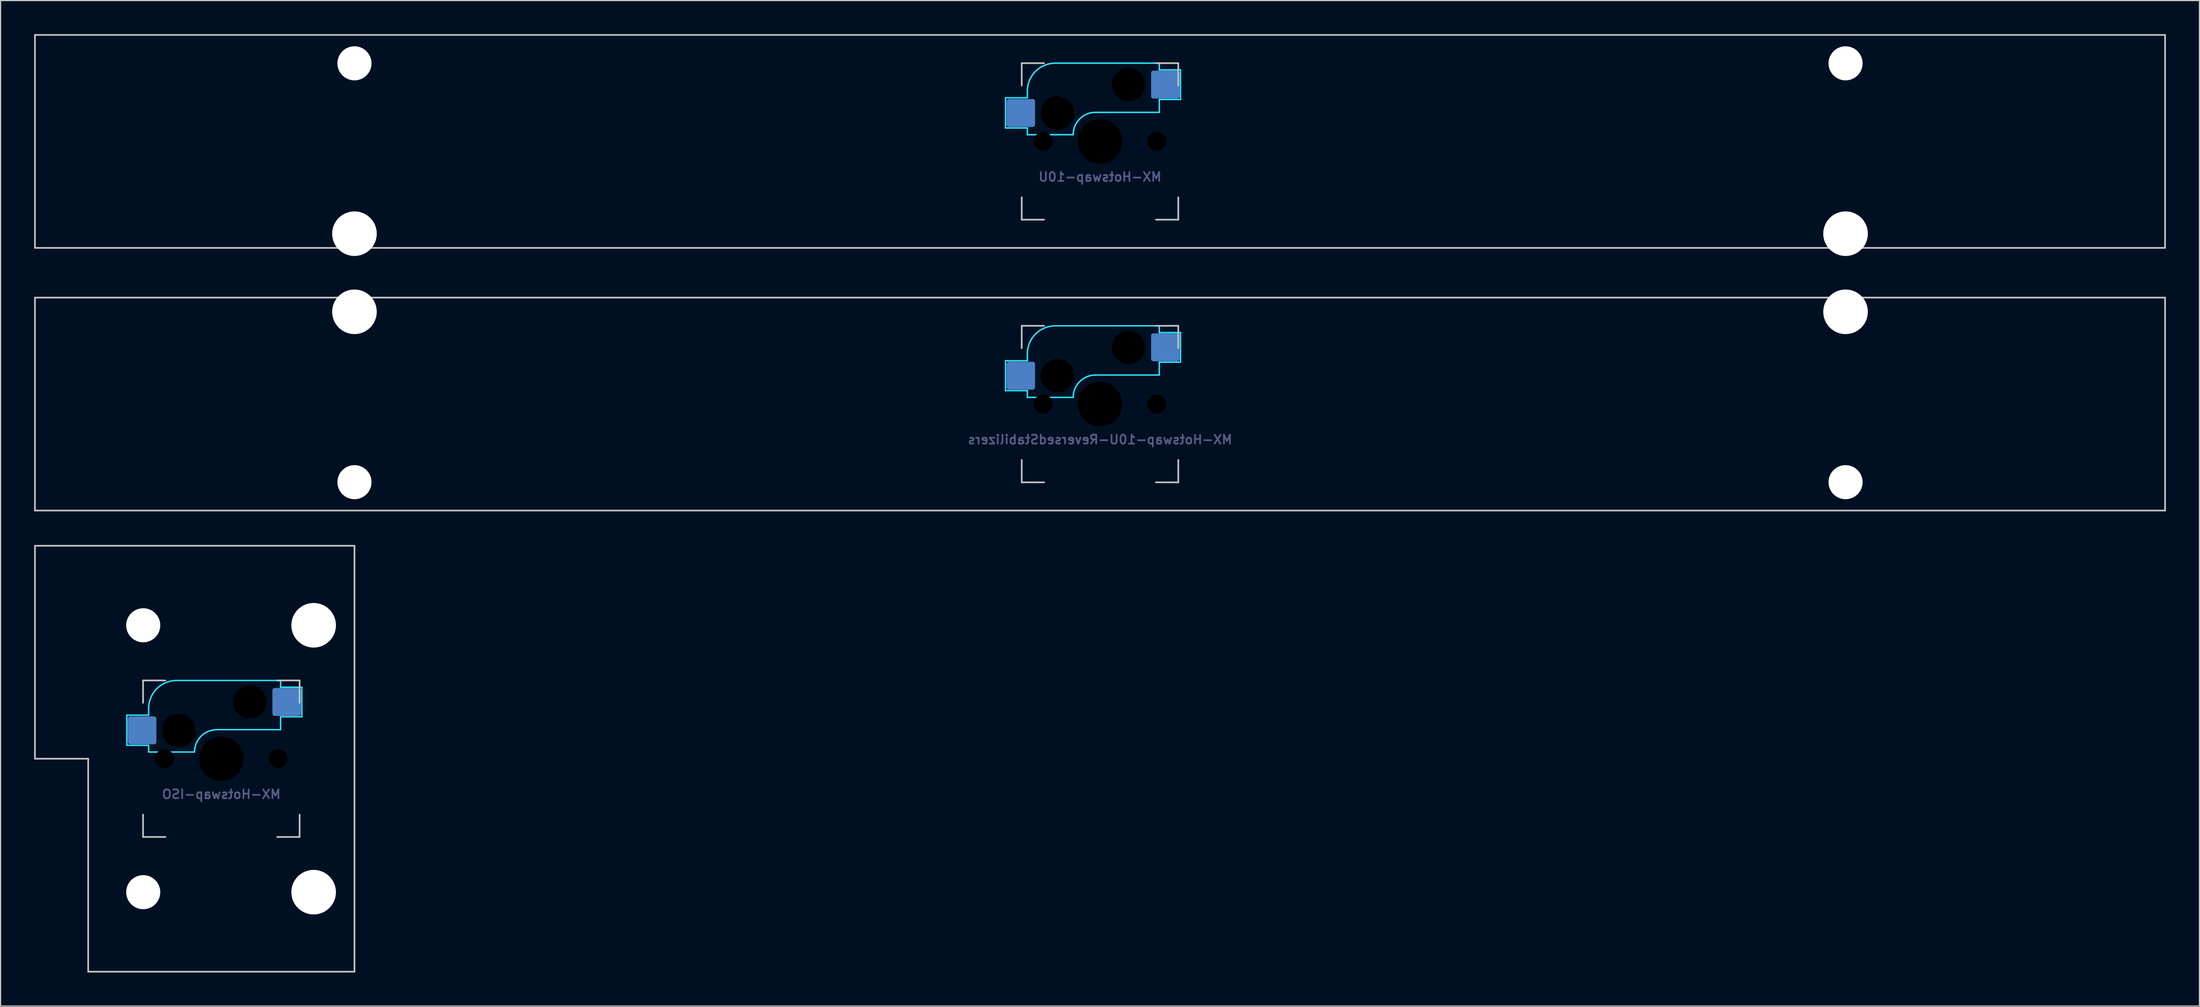
<source format=kicad_pcb>
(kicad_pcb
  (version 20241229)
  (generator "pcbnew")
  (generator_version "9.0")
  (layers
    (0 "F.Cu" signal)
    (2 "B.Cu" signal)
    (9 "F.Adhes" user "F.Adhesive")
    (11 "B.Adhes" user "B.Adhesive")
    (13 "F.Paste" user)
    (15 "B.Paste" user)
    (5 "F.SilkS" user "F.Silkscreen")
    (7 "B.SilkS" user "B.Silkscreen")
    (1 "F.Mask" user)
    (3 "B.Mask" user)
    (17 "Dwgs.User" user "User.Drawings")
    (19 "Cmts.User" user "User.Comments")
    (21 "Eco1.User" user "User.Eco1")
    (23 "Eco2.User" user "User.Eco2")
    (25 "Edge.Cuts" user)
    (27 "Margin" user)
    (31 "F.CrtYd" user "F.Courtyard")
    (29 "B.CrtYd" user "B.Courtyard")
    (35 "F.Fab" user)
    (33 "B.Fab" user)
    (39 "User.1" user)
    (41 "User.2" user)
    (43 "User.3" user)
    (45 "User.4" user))
  (footprint "MX-Hotswap-10U-ReversedStabilizers"
    (layer "F.Cu")
    (at 95.325 33.098)
    (property "Reference" "MX-Hotswap-10U-ReversedStabilizers" (at 0 3.175 0) (layer "B.Fab") (effects (font (size 0.8 0.8) (thickness 0.15)) (justify mirror)))
    (attr smd)
    (fp_line (start -95.25 9.525) (end -95.25 -9.525) (stroke (width 0.15) (type solid)) (layer "Dwgs.User"))
    (fp_line (start -7 -7) (end -7 -5) (stroke (width 0.15) (type solid)) (layer "Dwgs.User"))
    (fp_line (start -7 5) (end -7 7) (stroke (width 0.15) (type solid)) (layer "Dwgs.User"))
    (fp_line (start -7 7) (end -5 7) (stroke (width 0.15) (type solid)) (layer "Dwgs.User"))
    (fp_line (start -5 -7) (end -7 -7) (stroke (width 0.15) (type solid)) (layer "Dwgs.User"))
    (fp_line (start 5 -7) (end 7 -7) (stroke (width 0.15) (type solid)) (layer "Dwgs.User"))
    (fp_line (start 5 7) (end 7 7) (stroke (width 0.15) (type solid)) (layer "Dwgs.User"))
    (fp_line (start 7 -7) (end 7 -5) (stroke (width 0.15) (type solid)) (layer "Dwgs.User"))
    (fp_line (start 7 7) (end 7 5) (stroke (width 0.15) (type solid)) (layer "Dwgs.User"))
    (fp_line (start 95.25 -9.525) (end -95.25 -9.525) (stroke (width 0.15) (type solid)) (layer "Dwgs.User"))
    (fp_line (start 95.25 9.525) (end -95.25 9.525) (stroke (width 0.15) (type solid)) (layer "Dwgs.User"))
    (fp_line (start 95.25 9.525) (end 95.25 -9.525) (stroke (width 0.15) (type solid)) (layer "Dwgs.User"))
    (fp_line (start -8.45 -3.875) (end -8.45 -1.2) (stroke (width 0.127) (type solid)) (layer "B.CrtYd"))
    (fp_line (start -8.45 -1.2) (end -6.5 -1.2) (stroke (width 0.127) (type solid)) (layer "B.CrtYd"))
    (fp_line (start -6.5 -4.5) (end -6.5 -3.875) (stroke (width 0.127) (type solid)) (layer "B.CrtYd"))
    (fp_line (start -6.5 -3.875) (end -8.45 -3.875) (stroke (width 0.127) (type solid)) (layer "B.CrtYd"))
    (fp_line (start -6.5 -0.6) (end -6.5 -1.2) (stroke (width 0.127) (type solid)) (layer "B.CrtYd"))
    (fp_line (start -6.5 -0.6) (end -2.4 -0.6) (stroke (width 0.127) (type solid)) (layer "B.CrtYd"))
    (fp_line (start -0.4 -2.6) (end 5.3 -2.6) (stroke (width 0.127) (type solid)) (layer "B.CrtYd"))
    (fp_line (start 5.3 -7) (end -4 -7) (stroke (width 0.127) (type solid)) (layer "B.CrtYd"))
    (fp_line (start 5.3 -7) (end 5.3 -6.4) (stroke (width 0.127) (type solid)) (layer "B.CrtYd"))
    (fp_line (start 5.3 -6.4) (end 7.2 -6.4) (stroke (width 0.127) (type solid)) (layer "B.CrtYd"))
    (fp_line (start 5.3 -2.6) (end 5.3 -3.75) (stroke (width 0.127) (type solid)) (layer "B.CrtYd"))
    (fp_line (start 7.2 -6.4) (end 7.2 -3.75) (stroke (width 0.127) (type solid)) (layer "B.CrtYd"))
    (fp_line (start 7.2 -3.75) (end 5.3 -3.75) (stroke (width 0.127) (type solid)) (layer "B.CrtYd"))
    (fp_arc (start -6.5 -4.5) (mid -5.767767 -6.267767) (end -4 -7) (stroke (width 0.127) (type solid)) (layer "B.CrtYd"))
    (fp_arc (start -2.4 -0.6) (mid -1.814214 -2.014214) (end -0.4 -2.6) (stroke (width 0.127) (type solid)) (layer "B.CrtYd"))
    (pad "" np_thru_hole circle (at -66.675 -8.255) (size 3.988 3.988) (drill 3.988) (layers "*.Cu" "*.Mask"))
    (pad "" np_thru_hole circle (at -66.675 6.985) (size 3.048 3.048) (drill 3.048) (layers "*.Cu" "*.Mask"))
    (pad "" np_thru_hole circle (at -5.08 0 48.099) (size 1.702 1.702) (drill 1.702) (layers "*.Mask"))
    (pad "" np_thru_hole circle (at -3.81 -2.54) (size 3 3) (drill 3) (layers "*.Mask"))
    (pad "" np_thru_hole circle (at 0 0) (size 3.988 3.988) (drill 3.988) (layers "*.Mask"))
    (pad "" np_thru_hole circle (at 2.54 -5.08) (size 3 3) (drill 3) (layers "*.Mask"))
    (pad "" np_thru_hole circle (at 5.08 0 48.099) (size 1.702 1.702) (drill 1.702) (layers "*.Mask"))
    (pad "" np_thru_hole circle (at 66.675 -8.255) (size 3.988 3.988) (drill 3.988) (layers "*.Cu" "*.Mask"))
    (pad "" np_thru_hole circle (at 66.675 6.985) (size 3.048 3.048) (drill 3.048) (layers "*.Cu" "*.Mask"))
    (pad "1" smd roundrect (at -7.085 -2.54) (size 2.55 2.5) (layers "B.Cu" "B.Mask" "B.Paste") (roundrect_rratio 0.08))
    (pad "2" smd roundrect (at 5.842 -5.08) (size 2.55 2.5) (layers "B.Cu" "B.Mask" "B.Paste") (roundrect_rratio 0.08)))
  (footprint "MX-Hotswap-10U"
    (layer "F.Cu")
    (at 95.325 9.6)
    (property "Reference" "MX-Hotswap-10U" (at 0 3.175 0) (layer "B.Fab") (effects (font (size 0.8 0.8) (thickness 0.15)) (justify mirror)))
    (attr smd)
    (fp_line (start -95.25 9.525) (end -95.25 -9.525) (stroke (width 0.15) (type solid)) (layer "Dwgs.User"))
    (fp_line (start -7 -7) (end -7 -5) (stroke (width 0.15) (type solid)) (layer "Dwgs.User"))
    (fp_line (start -7 5) (end -7 7) (stroke (width 0.15) (type solid)) (layer "Dwgs.User"))
    (fp_line (start -7 7) (end -5 7) (stroke (width 0.15) (type solid)) (layer "Dwgs.User"))
    (fp_line (start -5 -7) (end -7 -7) (stroke (width 0.15) (type solid)) (layer "Dwgs.User"))
    (fp_line (start 5 -7) (end 7 -7) (stroke (width 0.15) (type solid)) (layer "Dwgs.User"))
    (fp_line (start 5 7) (end 7 7) (stroke (width 0.15) (type solid)) (layer "Dwgs.User"))
    (fp_line (start 7 -7) (end 7 -5) (stroke (width 0.15) (type solid)) (layer "Dwgs.User"))
    (fp_line (start 7 7) (end 7 5) (stroke (width 0.15) (type solid)) (layer "Dwgs.User"))
    (fp_line (start 95.25 -9.525) (end -95.25 -9.525) (stroke (width 0.15) (type solid)) (layer "Dwgs.User"))
    (fp_line (start 95.25 9.525) (end -95.25 9.525) (stroke (width 0.15) (type solid)) (layer "Dwgs.User"))
    (fp_line (start 95.25 9.525) (end 95.25 -9.525) (stroke (width 0.15) (type solid)) (layer "Dwgs.User"))
    (fp_line (start -8.45 -3.9) (end -8.45 -1.2) (stroke (width 0.127) (type solid)) (layer "B.CrtYd"))
    (fp_line (start -8.45 -1.2) (end -6.5 -1.2) (stroke (width 0.127) (type solid)) (layer "B.CrtYd"))
    (fp_line (start -6.5 -4.5) (end -6.5 -3.9) (stroke (width 0.127) (type solid)) (layer "B.CrtYd"))
    (fp_line (start -6.5 -3.9) (end -8.45 -3.9) (stroke (width 0.127) (type solid)) (layer "B.CrtYd"))
    (fp_line (start -6.5 -0.6) (end -6.5 -1.2) (stroke (width 0.127) (type solid)) (layer "B.CrtYd"))
    (fp_line (start -6.5 -0.6) (end -2.4 -0.6) (stroke (width 0.127) (type solid)) (layer "B.CrtYd"))
    (fp_line (start -0.4 -2.6) (end 5.3 -2.6) (stroke (width 0.127) (type solid)) (layer "B.CrtYd"))
    (fp_line (start 5.3 -7) (end -4 -7) (stroke (width 0.127) (type solid)) (layer "B.CrtYd"))
    (fp_line (start 5.3 -7) (end 5.3 -6.4) (stroke (width 0.127) (type solid)) (layer "B.CrtYd"))
    (fp_line (start 5.3 -6.4) (end 7.2 -6.4) (stroke (width 0.127) (type solid)) (layer "B.CrtYd"))
    (fp_line (start 5.3 -2.6) (end 5.3 -3.75) (stroke (width 0.127) (type solid)) (layer "B.CrtYd"))
    (fp_line (start 7.2 -6.4) (end 7.2 -3.75) (stroke (width 0.127) (type solid)) (layer "B.CrtYd"))
    (fp_line (start 7.2 -3.75) (end 5.3 -3.75) (stroke (width 0.127) (type solid)) (layer "B.CrtYd"))
    (fp_arc (start -6.5 -4.5) (mid -5.767767 -6.267767) (end -4 -7) (stroke (width 0.127) (type solid)) (layer "B.CrtYd"))
    (fp_arc (start -2.4 -0.6) (mid -1.814214 -2.014214) (end -0.4 -2.6) (stroke (width 0.127) (type solid)) (layer "B.CrtYd"))
    (pad "" np_thru_hole circle (at -66.675 -6.985) (size 3.048 3.048) (drill 3.048) (layers "*.Cu" "*.Mask"))
    (pad "" np_thru_hole circle (at -66.675 8.255) (size 3.988 3.988) (drill 3.988) (layers "*.Cu" "*.Mask"))
    (pad "" np_thru_hole circle (at -5.08 0 48.099) (size 1.702 1.702) (drill 1.702) (layers "*.Mask"))
    (pad "" np_thru_hole circle (at -3.81 -2.54) (size 3 3) (drill 3) (layers "*.Mask"))
    (pad "" np_thru_hole circle (at 0 0) (size 3.988 3.988) (drill 3.988) (layers "*.Mask"))
    (pad "" np_thru_hole circle (at 2.54 -5.08) (size 3 3) (drill 3) (layers "*.Mask"))
    (pad "" np_thru_hole circle (at 5.08 0 48.099) (size 1.702 1.702) (drill 1.702) (layers "*.Mask"))
    (pad "" np_thru_hole circle (at 66.675 -6.985) (size 3.048 3.048) (drill 3.048) (layers "*.Cu" "*.Mask"))
    (pad "" np_thru_hole circle (at 66.675 8.255) (size 3.988 3.988) (drill 3.988) (layers "*.Cu" "*.Mask"))
    (pad "1" smd roundrect (at -7.085 -2.54) (size 2.55 2.5) (layers "B.Cu" "B.Mask" "B.Paste") (roundrect_rratio 0.08))
    (pad "2" smd roundrect (at 5.842 -5.08) (size 2.55 2.5) (layers "B.Cu" "B.Mask" "B.Paste") (roundrect_rratio 0.08)))
  (footprint "MX-Hotswap-ISO"
    (layer "F.Cu")
    (at 16.744 64.823)
    (property "Reference" "MX-Hotswap-ISO" (at 0 3.175 0) (layer "B.Fab") (effects (font (size 0.8 0.8) (thickness 0.15)) (justify mirror)))
    (attr smd)
    (fp_line (start -16.669 -19.05) (end -16.669 0) (stroke (width 0.15) (type solid)) (layer "Dwgs.User"))
    (fp_line (start -16.669 -19.05) (end 11.906 -19.05) (stroke (width 0.15) (type solid)) (layer "Dwgs.User"))
    (fp_line (start -11.906 0) (end -16.669 0) (stroke (width 0.15) (type solid)) (layer "Dwgs.User"))
    (fp_line (start -11.906 19.05) (end -11.906 0) (stroke (width 0.15) (type solid)) (layer "Dwgs.User"))
    (fp_line (start -11.906 19.05) (end 11.906 19.05) (stroke (width 0.15) (type solid)) (layer "Dwgs.User"))
    (fp_line (start -7 -7) (end -7 -5) (stroke (width 0.15) (type solid)) (layer "Dwgs.User"))
    (fp_line (start -7 5) (end -7 7) (stroke (width 0.15) (type solid)) (layer "Dwgs.User"))
    (fp_line (start -7 7) (end -5 7) (stroke (width 0.15) (type solid)) (layer "Dwgs.User"))
    (fp_line (start -5 -7) (end -7 -7) (stroke (width 0.15) (type solid)) (layer "Dwgs.User"))
    (fp_line (start 5 -7) (end 7 -7) (stroke (width 0.15) (type solid)) (layer "Dwgs.User"))
    (fp_line (start 5 7) (end 7 7) (stroke (width 0.15) (type solid)) (layer "Dwgs.User"))
    (fp_line (start 7 -7) (end 7 -5) (stroke (width 0.15) (type solid)) (layer "Dwgs.User"))
    (fp_line (start 7 7) (end 7 5) (stroke (width 0.15) (type solid)) (layer "Dwgs.User"))
    (fp_line (start 11.906 -19.05) (end 11.906 19.05) (stroke (width 0.15) (type solid)) (layer "Dwgs.User"))
    (fp_line (start -8.45 -3.9) (end -8.45 -1.2) (stroke (width 0.127) (type solid)) (layer "B.CrtYd"))
    (fp_line (start -8.45 -1.2) (end -6.5 -1.2) (stroke (width 0.127) (type solid)) (layer "B.CrtYd"))
    (fp_line (start -6.5 -4.5) (end -6.5 -3.9) (stroke (width 0.127) (type solid)) (layer "B.CrtYd"))
    (fp_line (start -6.5 -3.9) (end -8.45 -3.9) (stroke (width 0.127) (type solid)) (layer "B.CrtYd"))
    (fp_line (start -6.5 -0.6) (end -6.5 -1.2) (stroke (width 0.127) (type solid)) (layer "B.CrtYd"))
    (fp_line (start -6.5 -0.6) (end -2.4 -0.6) (stroke (width 0.127) (type solid)) (layer "B.CrtYd"))
    (fp_line (start -0.4 -2.6) (end 5.3 -2.6) (stroke (width 0.127) (type solid)) (layer "B.CrtYd"))
    (fp_line (start 5.3 -7) (end -4 -7) (stroke (width 0.127) (type solid)) (layer "B.CrtYd"))
    (fp_line (start 5.3 -7) (end 5.3 -6.4) (stroke (width 0.127) (type solid)) (layer "B.CrtYd"))
    (fp_line (start 5.3 -6.4) (end 7.2 -6.4) (stroke (width 0.127) (type solid)) (layer "B.CrtYd"))
    (fp_line (start 5.3 -2.6) (end 5.3 -3.75) (stroke (width 0.127) (type solid)) (layer "B.CrtYd"))
    (fp_line (start 7.2 -6.4) (end 7.2 -3.75) (stroke (width 0.127) (type solid)) (layer "B.CrtYd"))
    (fp_line (start 7.2 -3.75) (end 5.3 -3.75) (stroke (width 0.127) (type solid)) (layer "B.CrtYd"))
    (fp_arc (start -6.5 -4.5) (mid -5.767767 -6.267767) (end -4 -7) (stroke (width 0.127) (type solid)) (layer "B.CrtYd"))
    (fp_arc (start -2.4 -0.6) (mid -1.814214 -2.014214) (end -0.4 -2.6) (stroke (width 0.127) (type solid)) (layer "B.CrtYd"))
    (pad "" np_thru_hole circle (at -6.985 -11.938) (size 3.048 3.048) (drill 3.048) (layers "*.Cu" "*.Mask"))
    (pad "" np_thru_hole circle (at -6.985 11.938) (size 3.048 3.048) (drill 3.048) (layers "*.Cu" "*.Mask"))
    (pad "" np_thru_hole circle (at -5.08 0 48.099) (size 1.702 1.702) (drill 1.702) (layers "*.Mask"))
    (pad "" np_thru_hole circle (at -3.81 -2.54) (size 3 3) (drill 3) (layers "*.Mask"))
    (pad "" np_thru_hole circle (at 0 0) (size 3.988 3.988) (drill 3.988) (layers "*.Mask"))
    (pad "" np_thru_hole circle (at 2.54 -5.08) (size 3 3) (drill 3) (layers "*.Mask"))
    (pad "" np_thru_hole circle (at 5.08 0 48.099) (size 1.702 1.702) (drill 1.702) (layers "*.Mask"))
    (pad "" np_thru_hole circle (at 8.255 -11.938) (size 3.988 3.988) (drill 3.988) (layers "*.Cu" "*.Mask"))
    (pad "" np_thru_hole circle (at 8.255 11.938) (size 3.988 3.988) (drill 3.988) (layers "*.Cu" "*.Mask"))
    (pad "1" smd roundrect (at -7.085 -2.54) (size 2.55 2.5) (layers "B.Cu" "B.Mask" "B.Paste") (roundrect_rratio 0.08))
    (pad "2" smd roundrect (at 5.842 -5.08) (size 2.55 2.5) (layers "B.Cu" "B.Mask" "B.Paste") (roundrect_rratio 0.08)))
  (gr_rect
    (start -3 -3)
    (end 193.65 86.948)
    (stroke (width 0.1) (type default))
    (fill no)
    (layer "Edge.Cuts")))
</source>
